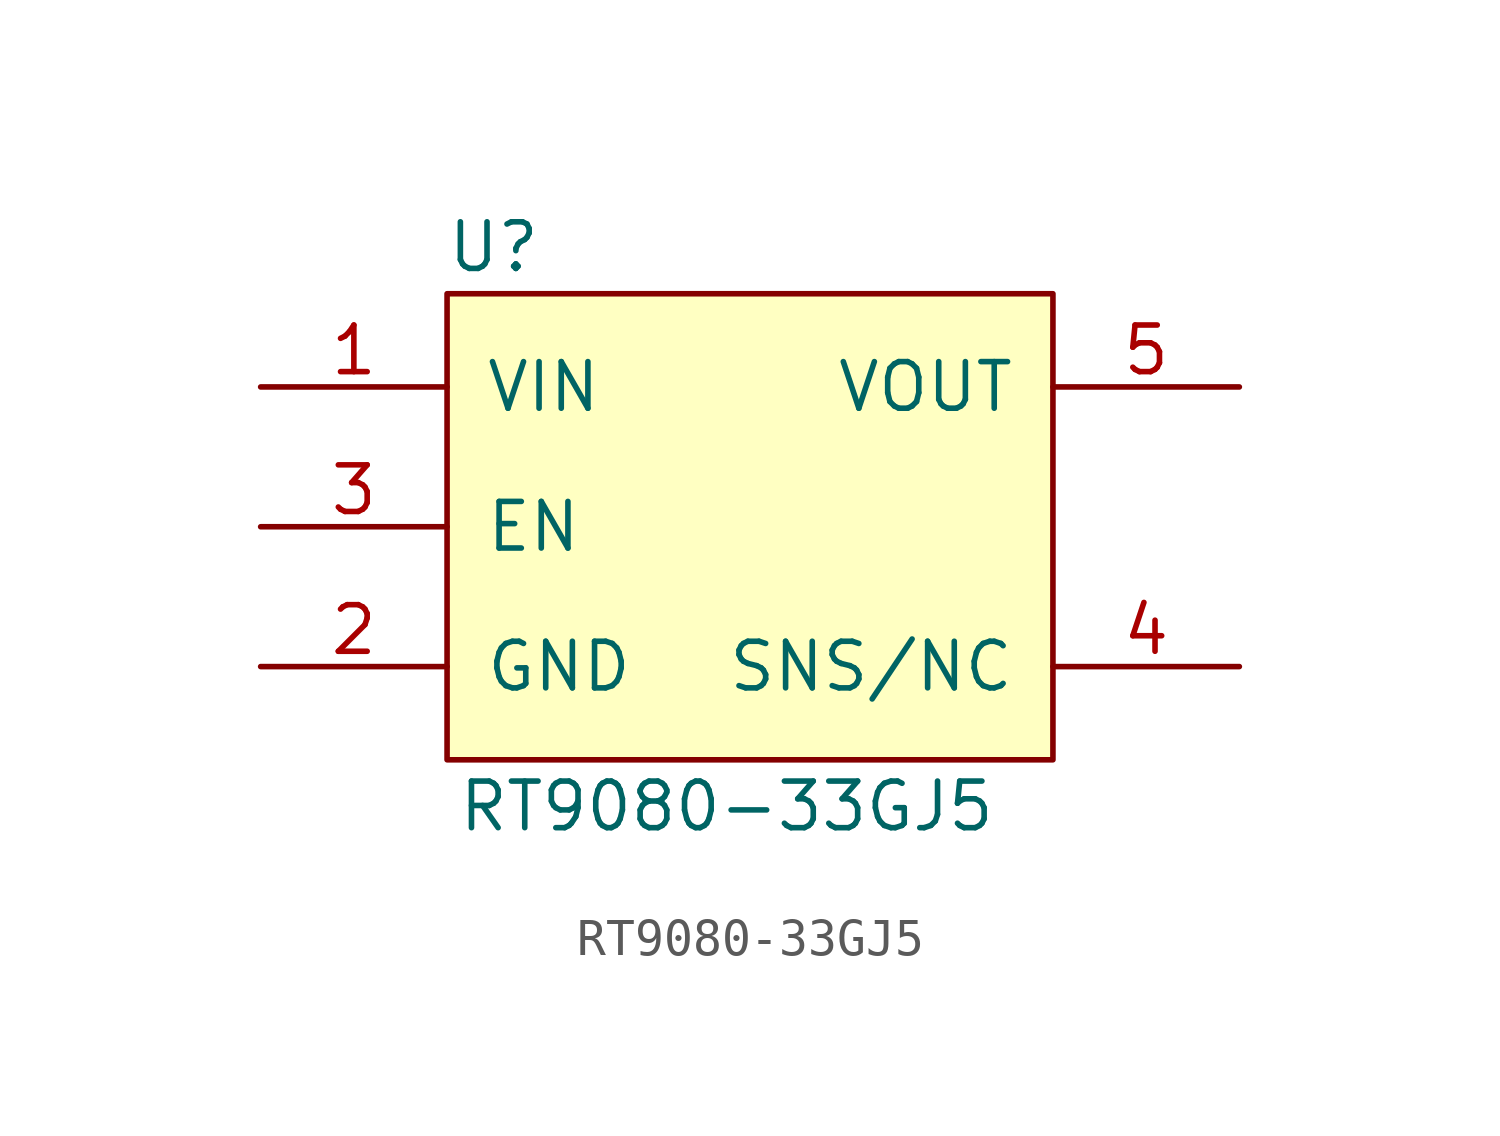
<source format=kicad_sym>
(kicad_symbol_lib
  (version 20220914)
  (generator kicad_symbol_editor)
  (symbol "RT9080-33GJ5"
    (pin_names
      (offset 1.016))
    (property "Reference" "U"
      (at -6.35 7.62 0)
      (effects (font (size 1.27 1.27))))
    (property "Value" "RT9080-33GJ5"
      (at 0 -7.62 0)
      (effects (font (size 1.27 1.27))))
    (symbol "RT9080-33GJ5_0_1"
      (rectangle (start -7.62 6.35) (end 8.89 -6.35) (stroke (width 0) (type solid)) (fill (type background))))
    (symbol "RT9080-33GJ5_1_1"
      (pin power_in line (at -12.7 3.81 0) (length 5.08) (name "VIN" (effects (font (size 1.27 1.27)))) (number "1" (effects (font (size 1.27 1.27)))))
      (pin power_out line (at -12.7 -3.81 0) (length 5.08) (name "GND" (effects (font (size 1.27 1.27)))) (number "2" (effects (font (size 1.27 1.27)))))
      (pin passive line (at -12.7 0 0) (length 5.08) (name "EN" (effects (font (size 1.27 1.27)))) (number "3" (effects (font (size 1.27 1.27)))))
      (pin passive line (at 13.97 -3.81 180) (length 5.08) (name "SNS/NC" (effects (font (size 1.27 1.27)))) (number "4" (effects (font (size 1.27 1.27)))))
      (pin power_out line (at 13.97 3.81 180) (length 5.08) (name "VOUT" (effects (font (size 1.27 1.27)))) (number "5" (effects (font (size 1.27 1.27))))))))
</source>
